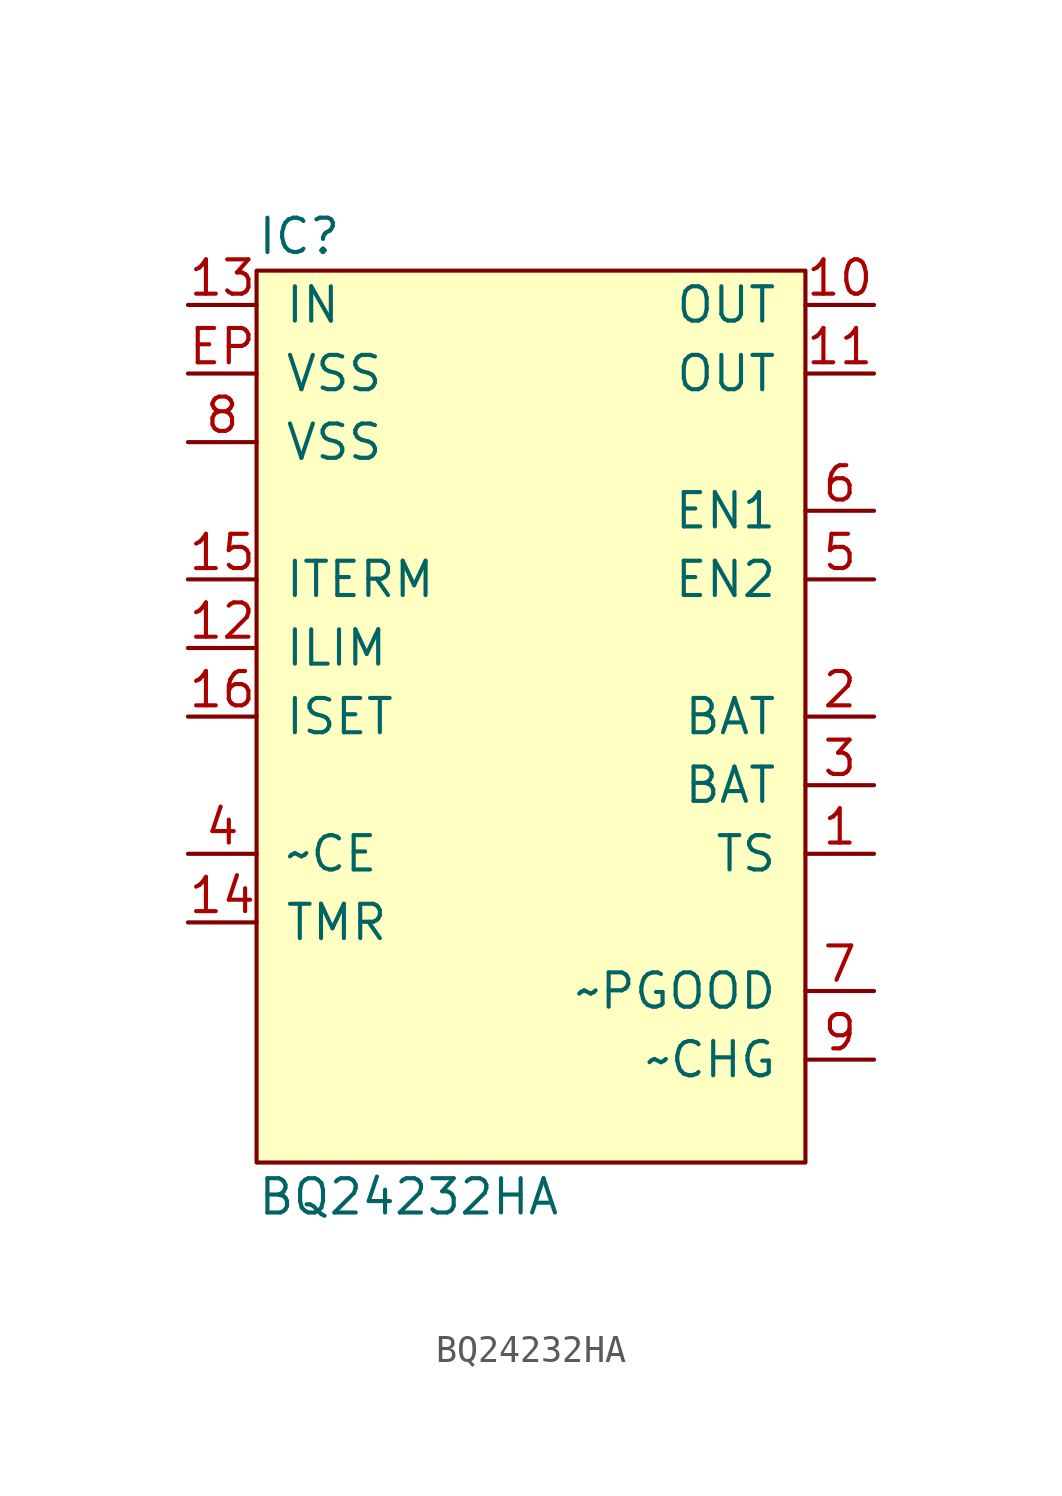
<source format=kicad_sym>
(kicad_symbol_lib
  (version 20211014)
  (generator agg_kicad.build_lib_ic)
  (symbol "BQ24232HA"
    (pin_names
      (offset 1.016))
    (property Reference IC
      (at -10.16 17.78 0)
      (effects (font (size 1.27 1.27)) (justify left)))
    (property Value "BQ24232HA"
      (at -10.16 -17.78 0)
      (effects (font (size 1.27 1.27)) (justify left)))
    (symbol "BQ24232HA_0_0"
      (rectangle (start -10.16 16.51) (end 10.16 -16.51) (stroke (width 0) (type default) (color 0 0 0 0)) (fill (type background)))
      (pin power_in line (at -12.7 15.24 0) (length 2.54) (name IN (effects (font (size 1.27 1.27)))) (number "13" (effects (font (size 1.27 1.27)))))
      (pin power_in line (at -12.7 12.7 0) (length 2.54) (name VSS (effects (font (size 1.27 1.27)))) (number EP (effects (font (size 1.27 1.27)))))
      (pin power_in line (at -12.7 10.16 0) (length 2.54) (name VSS (effects (font (size 1.27 1.27)))) (number "8" (effects (font (size 1.27 1.27)))))
      (pin input line (at -12.7 5.08 0) (length 2.54) (name ITERM (effects (font (size 1.27 1.27)))) (number "15" (effects (font (size 1.27 1.27)))))
      (pin input line (at -12.7 2.54 0) (length 2.54) (name ILIM (effects (font (size 1.27 1.27)))) (number "12" (effects (font (size 1.27 1.27)))))
      (pin input line (at -12.7 0 0) (length 2.54) (name ISET (effects (font (size 1.27 1.27)))) (number "16" (effects (font (size 1.27 1.27)))))
      (pin input line (at -12.7 -5.08 0) (length 2.54) (name "~CE" (effects (font (size 1.27 1.27)))) (number "4" (effects (font (size 1.27 1.27)))))
      (pin input line (at -12.7 -7.62 0) (length 2.54) (name TMR (effects (font (size 1.27 1.27)))) (number "14" (effects (font (size 1.27 1.27)))))
      (pin power_out line (at 12.7 15.24 180) (length 2.54) (name OUT (effects (font (size 1.27 1.27)))) (number "10" (effects (font (size 1.27 1.27)))))
      (pin passive line (at 12.7 12.7 180) (length 2.54) (name OUT (effects (font (size 1.27 1.27)))) (number "11" (effects (font (size 1.27 1.27)))))
      (pin input line (at 12.7 7.62 180) (length 2.54) (name "EN1" (effects (font (size 1.27 1.27)))) (number "6" (effects (font (size 1.27 1.27)))))
      (pin input line (at 12.7 5.08 180) (length 2.54) (name "EN2" (effects (font (size 1.27 1.27)))) (number "5" (effects (font (size 1.27 1.27)))))
      (pin passive line (at 12.7 0 180) (length 2.54) (name BAT (effects (font (size 1.27 1.27)))) (number "2" (effects (font (size 1.27 1.27)))))
      (pin passive line (at 12.7 -2.54 180) (length 2.54) (name BAT (effects (font (size 1.27 1.27)))) (number "3" (effects (font (size 1.27 1.27)))))
      (pin input line (at 12.7 -5.08 180) (length 2.54) (name TS (effects (font (size 1.27 1.27)))) (number "1" (effects (font (size 1.27 1.27)))))
      (pin open_collector line (at 12.7 -10.16 180) (length 2.54) (name "~PGOOD" (effects (font (size 1.27 1.27)))) (number "7" (effects (font (size 1.27 1.27)))))
      (pin open_collector line (at 12.7 -12.7 180) (length 2.54) (name "~CHG" (effects (font (size 1.27 1.27)))) (number "9" (effects (font (size 1.27 1.27))))))))
</source>
